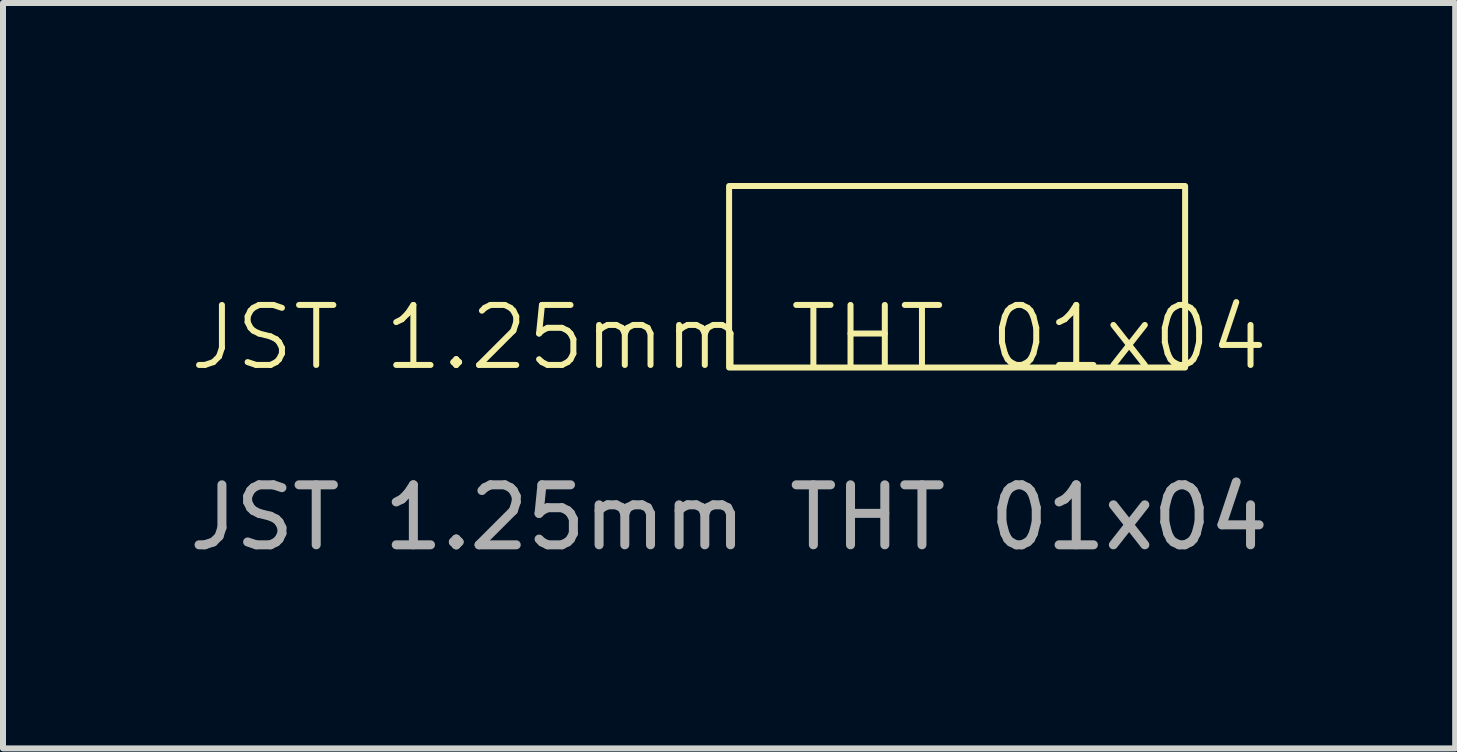
<source format=kicad_pcb>
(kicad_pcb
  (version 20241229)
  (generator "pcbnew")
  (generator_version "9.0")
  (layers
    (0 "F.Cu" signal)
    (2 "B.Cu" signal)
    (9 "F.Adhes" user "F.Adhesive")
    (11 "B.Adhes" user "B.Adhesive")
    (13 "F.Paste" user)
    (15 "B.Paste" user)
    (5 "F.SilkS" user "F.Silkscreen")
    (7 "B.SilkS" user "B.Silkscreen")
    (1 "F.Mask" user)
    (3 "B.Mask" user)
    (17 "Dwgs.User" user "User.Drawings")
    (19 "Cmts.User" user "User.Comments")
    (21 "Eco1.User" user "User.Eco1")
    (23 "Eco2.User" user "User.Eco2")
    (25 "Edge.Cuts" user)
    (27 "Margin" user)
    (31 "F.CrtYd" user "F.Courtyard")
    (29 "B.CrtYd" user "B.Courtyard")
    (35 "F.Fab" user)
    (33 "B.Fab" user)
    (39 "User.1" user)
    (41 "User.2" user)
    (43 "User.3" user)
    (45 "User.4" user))
  (footprint "JST 1.25mm THT 01x04"
    (layer "F.Cu")
    (at 9.101 3.075)
    (property "Reference" "JST 1.25mm THT 01x04" (at 0 -0.5 0) (unlocked yes) (layer "F.SilkS") (effects (font (size 1 1) (thickness 0.1))))
    (attr through_hole)
    (fp_rect (start 0 0) (end 7.6 -3.025) (stroke (width 0.1) (type default)) (fill no) (layer "F.SilkS"))
    (fp_text user "${REFERENCE}" (at 0 2.5 0) (unlocked yes) (layer "F.Fab") (effects (font (size 1 1) (thickness 0.15)))))
  (gr_rect
    (start -3 -3)
    (end 21.202 9.423)
    (stroke (width 0.1) (type default))
    (fill no)
    (layer "Edge.Cuts")))
</source>
